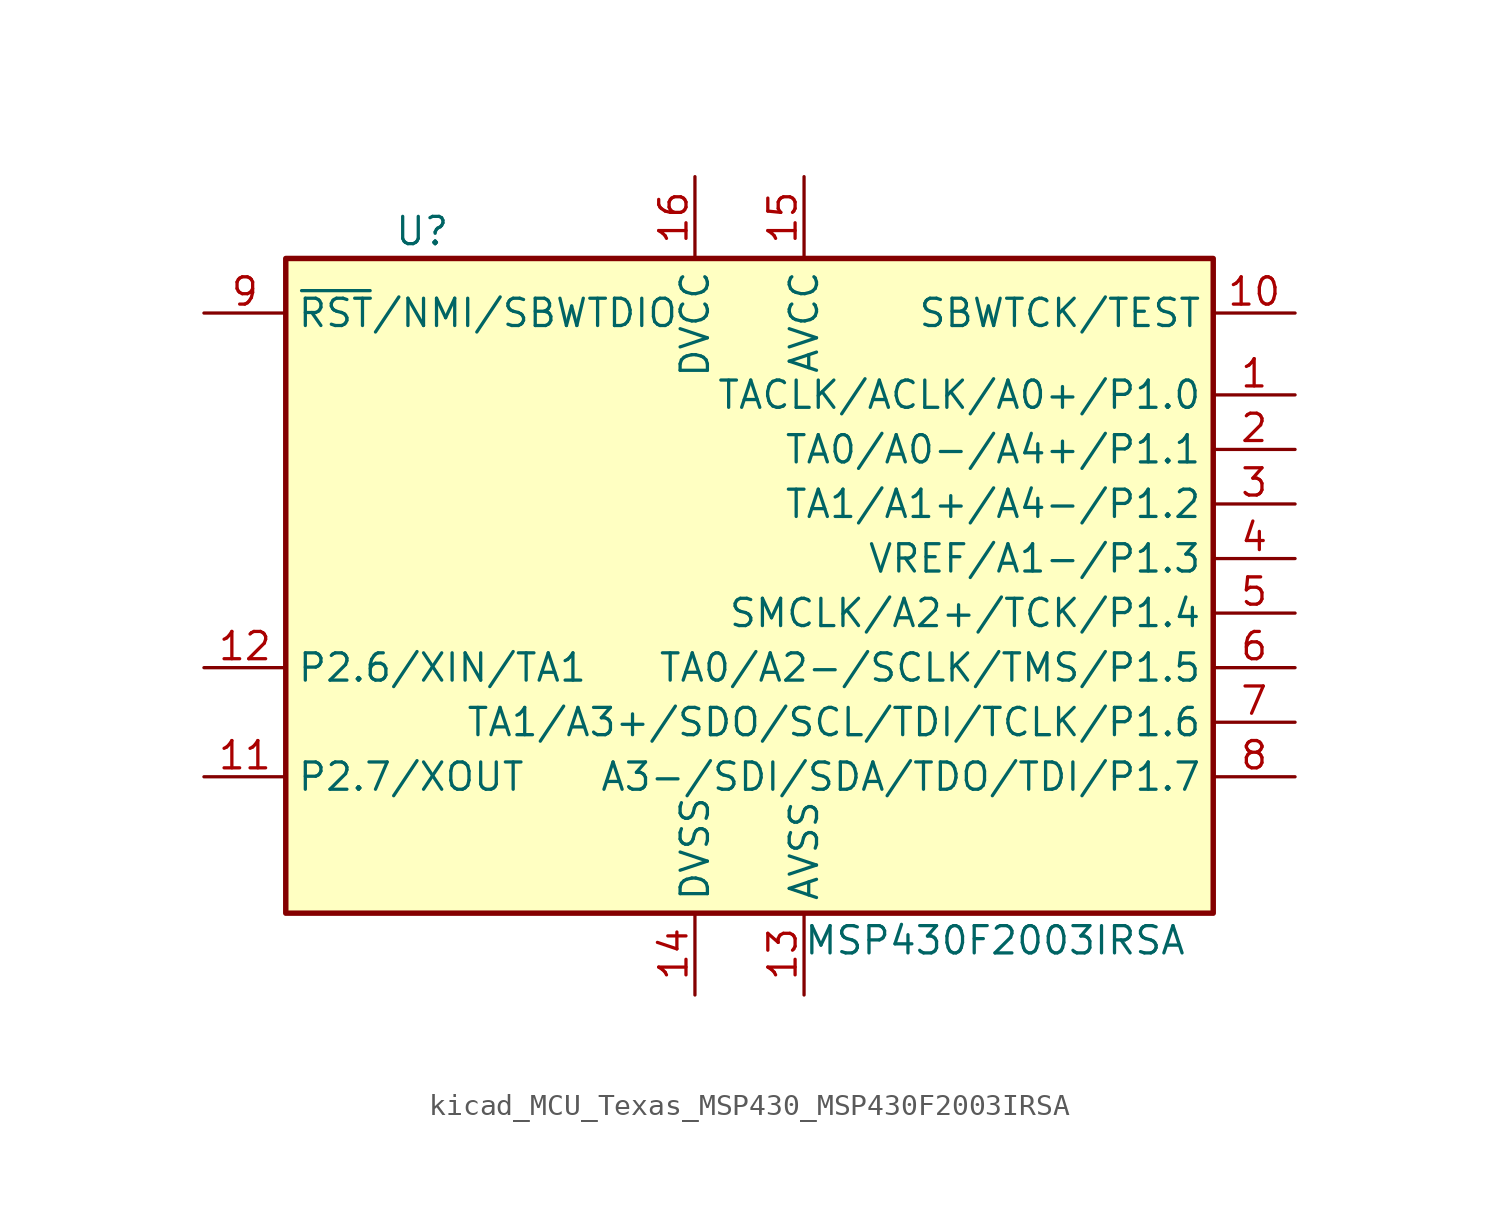
<source format=kicad_sym>
(kicad_symbol_lib
  (version 20220914)
  (generator kicad_symbol_editor)
  (symbol "kicad_MCU_Texas_MSP430_MSP430F2003IRSA"
    (property "Reference" "U"
      (at -15.24 15.24 0)
      (effects (font (size 1.27 1.27))))
    (property "Value" "MSP430F2003IRSA"
      (at 11.43 -17.78 0)
      (effects (font (size 1.27 1.27))))
    (symbol "kicad_MCU_Texas_MSP430_MSP430F2003IRSA_0_1"
      (rectangle (start -21.59 13.97) (end 21.59 -16.51) (stroke (width 0.254) (type default)) (fill (type background))))
    (symbol "kicad_MCU_Texas_MSP430_MSP430F2003IRSA_1_1"
      (pin bidirectional line (at 25.4 7.62 180) (length 3.81) (name "TACLK/ACLK/A0+/P1.0" (effects (font (size 1.27 1.27)))) (number "1" (effects (font (size 1.27 1.27)))))
      (pin input line (at 25.4 11.43 180) (length 3.81) (name "SBWTCK/TEST" (effects (font (size 1.27 1.27)))) (number "10" (effects (font (size 1.27 1.27)))))
      (pin bidirectional line (at -25.4 -10.16 0) (length 3.81) (name "P2.7/XOUT" (effects (font (size 1.27 1.27)))) (number "11" (effects (font (size 1.27 1.27)))))
      (pin bidirectional line (at -25.4 -5.08 0) (length 3.81) (name "P2.6/XIN/TA1" (effects (font (size 1.27 1.27)))) (number "12" (effects (font (size 1.27 1.27)))))
      (pin power_in line (at 2.54 -20.32 90) (length 3.81) (name "AVSS" (effects (font (size 1.27 1.27)))) (number "13" (effects (font (size 1.27 1.27)))))
      (pin power_in line (at -2.54 -20.32 90) (length 3.81) (name "DVSS" (effects (font (size 1.27 1.27)))) (number "14" (effects (font (size 1.27 1.27)))))
      (pin power_in line (at 2.54 17.78 270) (length 3.81) (name "AVCC" (effects (font (size 1.27 1.27)))) (number "15" (effects (font (size 1.27 1.27)))))
      (pin power_in line (at -2.54 17.78 270) (length 3.81) (name "DVCC" (effects (font (size 1.27 1.27)))) (number "16" (effects (font (size 1.27 1.27)))))
      (pin bidirectional line (at 25.4 5.08 180) (length 3.81) (name "TA0/A0-/A4+/P1.1" (effects (font (size 1.27 1.27)))) (number "2" (effects (font (size 1.27 1.27)))))
      (pin bidirectional line (at 25.4 2.54 180) (length 3.81) (name "TA1/A1+/A4-/P1.2" (effects (font (size 1.27 1.27)))) (number "3" (effects (font (size 1.27 1.27)))))
      (pin bidirectional line (at 25.4 0 180) (length 3.81) (name "VREF/A1-/P1.3" (effects (font (size 1.27 1.27)))) (number "4" (effects (font (size 1.27 1.27)))))
      (pin bidirectional line (at 25.4 -2.54 180) (length 3.81) (name "SMCLK/A2+/TCK/P1.4" (effects (font (size 1.27 1.27)))) (number "5" (effects (font (size 1.27 1.27)))))
      (pin bidirectional line (at 25.4 -5.08 180) (length 3.81) (name "TA0/A2-/SCLK/TMS/P1.5" (effects (font (size 1.27 1.27)))) (number "6" (effects (font (size 1.27 1.27)))))
      (pin bidirectional line (at 25.4 -7.62 180) (length 3.81) (name "TA1/A3+/SDO/SCL/TDI/TCLK/P1.6" (effects (font (size 1.27 1.27)))) (number "7" (effects (font (size 1.27 1.27)))))
      (pin bidirectional line (at 25.4 -10.16 180) (length 3.81) (name "A3-/SDI/SDA/TDO/TDI/P1.7" (effects (font (size 1.27 1.27)))) (number "8" (effects (font (size 1.27 1.27)))))
      (pin input line (at -25.4 11.43 0) (length 3.81) (name "~{RST}/NMI/SBWTDIO" (effects (font (size 1.27 1.27)))) (number "9" (effects (font (size 1.27 1.27))))))))
</source>
